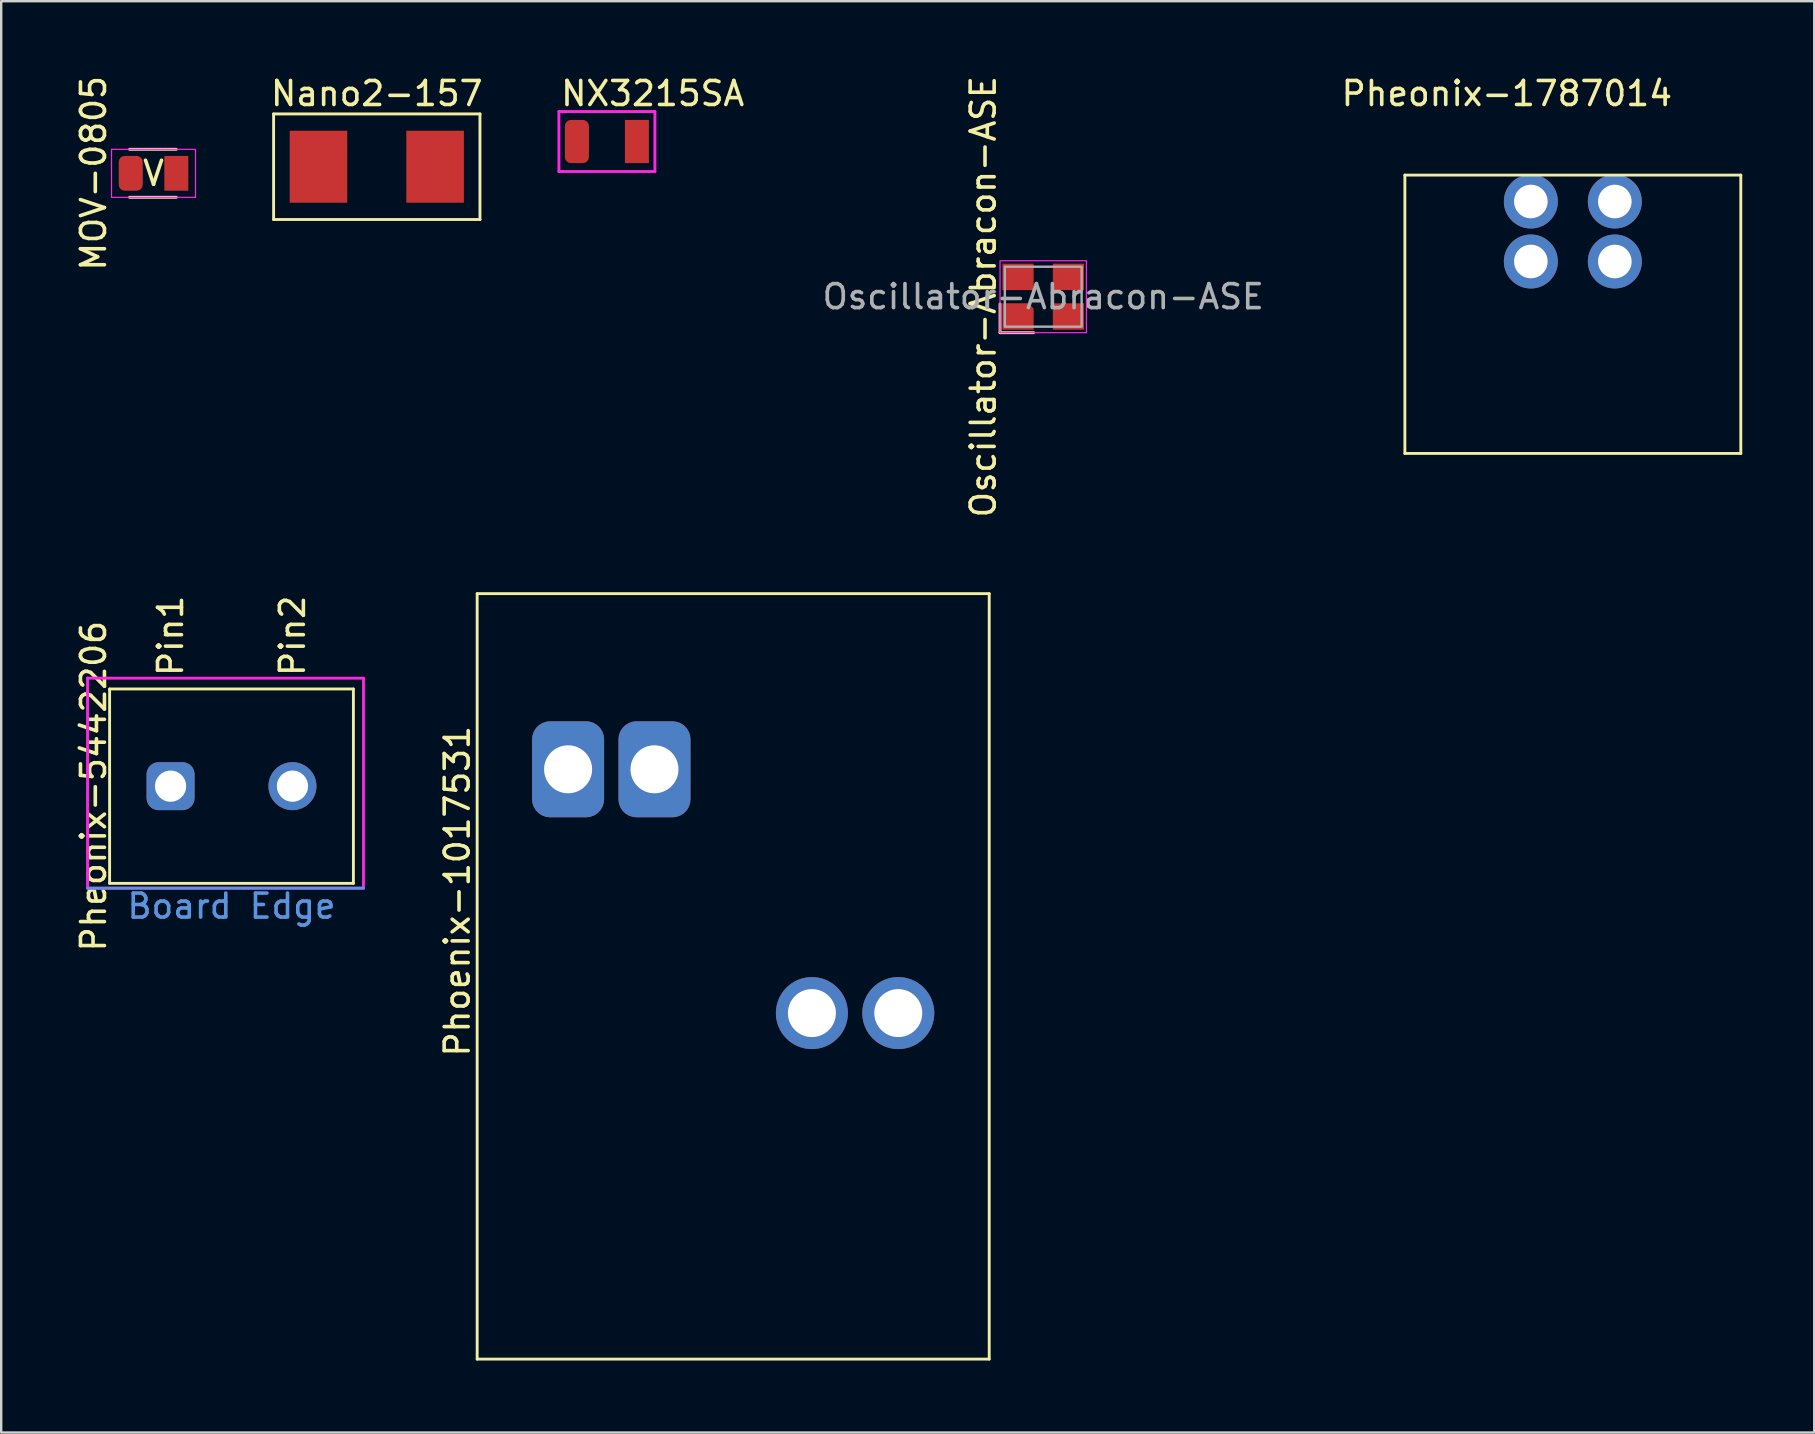
<source format=kicad_pcb>
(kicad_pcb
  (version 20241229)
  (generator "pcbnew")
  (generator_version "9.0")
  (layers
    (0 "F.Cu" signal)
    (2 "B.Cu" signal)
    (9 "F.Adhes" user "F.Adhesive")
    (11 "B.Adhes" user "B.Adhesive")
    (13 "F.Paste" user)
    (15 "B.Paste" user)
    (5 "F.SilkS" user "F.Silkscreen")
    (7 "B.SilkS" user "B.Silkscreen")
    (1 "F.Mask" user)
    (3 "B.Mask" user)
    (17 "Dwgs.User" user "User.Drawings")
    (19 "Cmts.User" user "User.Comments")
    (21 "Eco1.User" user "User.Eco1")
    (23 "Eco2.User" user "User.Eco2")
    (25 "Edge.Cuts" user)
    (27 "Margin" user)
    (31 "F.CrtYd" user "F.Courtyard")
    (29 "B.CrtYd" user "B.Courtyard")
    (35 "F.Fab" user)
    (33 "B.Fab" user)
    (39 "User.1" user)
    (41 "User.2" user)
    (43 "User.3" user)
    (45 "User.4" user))
  (footprint "MOV-0805"
    (layer "F.Cu")
    (at 3.348 4.173)
    (property "Reference" "MOV-0805" (at -2.5 0 90) (layer "F.SilkS") (effects (font (size 1 1) (thickness 0.15))))
    (attr smd)
    (fp_line (start 0.95 -1) (end -1 -1) (stroke (width 0.12) (type solid)) (layer "F.SilkS"))
    (fp_line (start 0.95 1) (end -1 1) (stroke (width 0.12) (type solid)) (layer "F.SilkS"))
    (fp_line (start -1.75 -1) (end 1.725 -1) (stroke (width 0.05) (type solid)) (layer "F.CrtYd"))
    (fp_line (start -1.75 1) (end -1.75 -1) (stroke (width 0.05) (type solid)) (layer "F.CrtYd"))
    (fp_line (start 1.75 -1) (end 1.75 1) (stroke (width 0.05) (type solid)) (layer "F.CrtYd"))
    (fp_line (start 1.75 1) (end -1.75 1) (stroke (width 0.05) (type solid)) (layer "F.CrtYd"))
    (fp_text user "V" (at 0 0 0) (layer "F.SilkS") (effects (font (size 1 1) (thickness 0.15))))
    (pad "1" smd roundrect (at -0.95 0) (size 1 1.45) (layers "F.Cu" "F.Mask" "F.Paste") (roundrect_rratio 0.25))
    (pad "2" smd rect (at 0.95 0) (size 1 1.45) (layers "F.Cu" "F.Mask" "F.Paste")))
  (footprint "Pheonix-5442206"
    (layer "F.Cu")
    (at 6.598 29.714)
    (property "Reference" "Pheonix-5442206" (at -5.75 0 90) (layer "F.SilkS") (effects (font (size 1 1) (thickness 0.15))))
    (attr through_hole)
    (fp_line (start -5.08 -4.05) (end 5.08 -4.05) (stroke (width 0.12) (type solid)) (layer "F.SilkS"))
    (fp_line (start -5.08 4.05) (end -5.08 -4.05) (stroke (width 0.12) (type solid)) (layer "F.SilkS"))
    (fp_line (start -5.08 4.05) (end 5.08 4.05) (stroke (width 0.12) (type solid)) (layer "F.SilkS"))
    (fp_line (start 5.08 -4.05) (end 5.08 4.05) (stroke (width 0.12) (type solid)) (layer "F.SilkS"))
    (fp_line (start -6 4.25) (end 5.5 4.25) (stroke (width 0.12) (type solid)) (layer "Cmts.User"))
    (fp_line (start -6 -4.5) (end 5.5 -4.5) (stroke (width 0.12) (type solid)) (layer "F.CrtYd"))
    (fp_line (start -6 4.25) (end -6 -4.5) (stroke (width 0.12) (type solid)) (layer "F.CrtYd"))
    (fp_line (start 5.5 -4.5) (end 5.5 4.25) (stroke (width 0.12) (type solid)) (layer "F.CrtYd"))
    (fp_line (start 5.5 4.25) (end -6 4.25) (stroke (width 0.12) (type solid)) (layer "F.CrtYd"))
    (fp_text user "Pin1" (at -2.54 -4.5 90) (layer "F.SilkS") (effects (font (size 1 1) (thickness 0.15)) (justify left)))
    (fp_text user "Pin2" (at 2.54 -4.5 90) (layer "F.SilkS") (effects (font (size 1 1) (thickness 0.15)) (justify left)))
    (fp_text user "Board Edge" (at 0 5 0) (layer "Cmts.User") (effects (font (size 1 1) (thickness 0.15))))
    (pad "1" thru_hole roundrect (at -2.54 0) (size 2 2) (drill 1.3) (layers "*.Cu" "*.Mask") (roundrect_rratio 0.25))
    (pad "2" thru_hole circle (at 2.54 0) (size 2 2) (drill 1.3) (layers "*.Cu" "*.Mask")))
  (footprint "NX3215SA"
    (layer "F.Cu")
    (at 22.243 2.848)
    (property "Reference" "NX3215SA" (at -2 -2 0) (layer "F.SilkS") (effects (font (size 1 1) (thickness 0.15)) (justify left)))
    (attr through_hole)
    (fp_line (start -2 -1.25) (end -2 1.25) (stroke (width 0.12) (type solid)) (layer "F.CrtYd"))
    (fp_line (start -2 1.25) (end 2 1.25) (stroke (width 0.12) (type solid)) (layer "F.CrtYd"))
    (fp_line (start 2 -1.25) (end -2 -1.25) (stroke (width 0.12) (type solid)) (layer "F.CrtYd"))
    (fp_line (start 2 1.25) (end 2 -1.25) (stroke (width 0.12) (type solid)) (layer "F.CrtYd"))
    (pad "1" smd roundrect (at -1.25 0) (size 1 1.8) (layers "F.Cu" "F.Mask" "F.Paste") (roundrect_rratio 0.25))
    (pad "2" smd rect (at 1.25 0) (size 1 1.8) (layers "F.Cu" "F.Mask" "F.Paste")))
  (footprint "Phoenix-1017531"
    (layer "F.Cu")
    (at 27.506 34.091)
    (property "Reference" "Phoenix-1017531" (at -11.5 0 90) (layer "F.SilkS") (effects (font (size 1 1) (thickness 0.15))))
    (attr through_hole)
    (fp_line (start -10.67 -12.4) (end 10.67 -12.4) (stroke (width 0.12) (type solid)) (layer "F.SilkS"))
    (fp_line (start -10.67 19.5) (end -10.67 -12.4) (stroke (width 0.12) (type solid)) (layer "F.SilkS"))
    (fp_line (start 10.67 -12.4) (end 10.67 19.5) (stroke (width 0.12) (type solid)) (layer "F.SilkS"))
    (fp_line (start 10.67 19.5) (end -10.67 19.5) (stroke (width 0.12) (type solid)) (layer "F.SilkS"))
    (pad "1" thru_hole roundrect (at -6.88 -5.08) (size 3 4) (drill 2) (layers "*.Cu" "*.Mask") (roundrect_rratio 0.25))
    (pad "1" thru_hole roundrect (at -3.28 -5.08) (size 3 4) (drill 2) (layers "*.Cu" "*.Mask") (roundrect_rratio 0.25))
    (pad "2" thru_hole circle (at 3.28 5.08) (size 3 3) (drill 2) (layers "*.Cu" "*.Mask"))
    (pad "2" thru_hole circle (at 6.88 5.08) (size 3 3) (drill 2) (layers "*.Cu" "*.Mask")))
  (footprint "Nano2-157"
    (layer "F.Cu")
    (at 12.653 3.898)
    (property "Reference" "Nano2-157" (at 0 -3.05 0) (layer "F.SilkS") (effects (font (size 1 1) (thickness 0.15))))
    (attr smd)
    (fp_line (start -4.3 -2.2) (end 4.3 -2.2) (stroke (width 0.12) (type solid)) (layer "F.SilkS"))
    (fp_line (start -4.3 2.2) (end -4.3 -2.2) (stroke (width 0.12) (type solid)) (layer "F.SilkS"))
    (fp_line (start 4.3 -2.2) (end 4.3 2.2) (stroke (width 0.12) (type solid)) (layer "F.SilkS"))
    (fp_line (start 4.3 2.2) (end -4.3 2.2) (stroke (width 0.12) (type solid)) (layer "F.SilkS"))
    (pad "1" smd rect (at -2.43 0) (size 2.4 3) (layers "F.Cu" "F.Mask" "F.Paste"))
    (pad "2" smd rect (at 2.43 0) (size 2.4 3) (layers "F.Cu" "F.Mask" "F.Paste")))
  (footprint "Oscillator-Abracon-ASE"
    (layer "F.Cu")
    (at 40.427 9.315)
    (property "Reference" "Oscillator-Abracon-ASE" (at -2.5 0 90) (unlocked yes) (layer "F.SilkS") (effects (font (size 1 1) (thickness 0.15))))
    (attr smd)
    (fp_line (start -1.8 0.3) (end -1.8 1.5) (stroke (width 0.12) (type solid)) (layer "F.SilkS"))
    (fp_line (start -1.8 1.5) (end -0.4 1.5) (stroke (width 0.12) (type solid)) (layer "F.SilkS"))
    (fp_rect (start -1.8 -1.5) (end 1.8 1.5) (stroke (width 0.05) (type solid)) (fill no) (layer "F.CrtYd"))
    (fp_rect (start -1.6 -1.25) (end 1.6 1.25) (stroke (width 0.1) (type solid)) (fill no) (layer "F.Fab"))
    (fp_text user "${REFERENCE}" (at 0 0 0) (unlocked yes) (layer "F.Fab") (effects (font (size 1 1) (thickness 0.15))))
    (pad "1" smd roundrect (at -1.05 0.825) (size 1.3 1.1) (layers "F.Cu" "F.Mask" "F.Paste") (roundrect_rratio 0) (chamfer_ratio 0.2) (chamfer top_right))
    (pad "2" smd rect (at 1.05 0.825) (size 1.3 1.1) (layers "F.Cu" "F.Mask" "F.Paste"))
    (pad "3" smd rect (at 1.05 -0.825) (size 1.3 1.1) (layers "F.Cu" "F.Mask" "F.Paste"))
    (pad "4" smd rect (at -1.05 -0.825) (size 1.3 1.1) (layers "F.Cu" "F.Mask" "F.Paste")))
  (footprint "Pheonix-1787014"
    (layer "F.Cu")
    (at 62.499 6.598)
    (property "Reference" "Pheonix-1787014" (at -2.75 -5.75 0) (layer "F.SilkS") (effects (font (size 1 1) (thickness 0.15))))
    (attr through_hole)
    (fp_line (start -7 -2.35) (end 7 -2.35) (stroke (width 0.12) (type solid)) (layer "F.SilkS"))
    (fp_line (start -7 9.25) (end -7 -2.35) (stroke (width 0.12) (type solid)) (layer "F.SilkS"))
    (fp_line (start -7 9.25) (end 7 9.25) (stroke (width 0.12) (type solid)) (layer "F.SilkS"))
    (fp_line (start 7 -2.35) (end 7 9.25) (stroke (width 0.12) (type solid)) (layer "F.SilkS"))
    (pad "1" thru_hole circle (at -1.75 -1.25) (size 2.25 2.25) (drill 1.4) (layers "*.Cu" "*.Mask"))
    (pad "2" thru_hole circle (at -1.75 1.25) (size 2.25 2.25) (drill 1.4) (layers "*.Cu" "*.Mask"))
    (pad "3" thru_hole circle (at 1.75 -1.25) (size 2.25 2.25) (drill 1.4) (layers "*.Cu" "*.Mask"))
    (pad "4" thru_hole circle (at 1.75 1.25) (size 2.25 2.25) (drill 1.4) (layers "*.Cu" "*.Mask")))
  (gr_rect
    (start -3 -3)
    (end 72.559 56.651)
    (stroke (width 0.1) (type default))
    (fill no)
    (layer "Edge.Cuts")))
</source>
